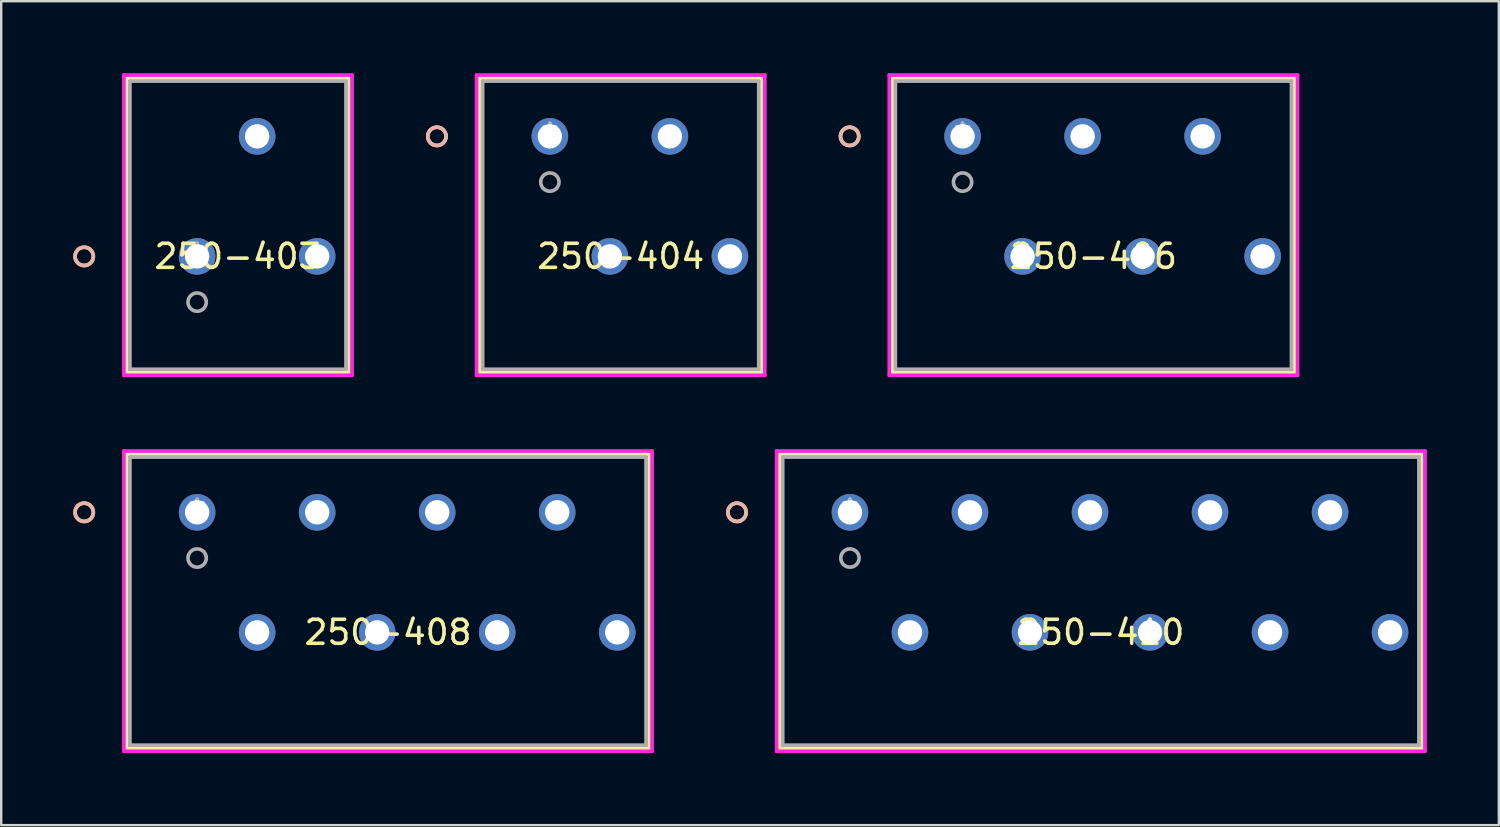
<source format=kicad_pcb>
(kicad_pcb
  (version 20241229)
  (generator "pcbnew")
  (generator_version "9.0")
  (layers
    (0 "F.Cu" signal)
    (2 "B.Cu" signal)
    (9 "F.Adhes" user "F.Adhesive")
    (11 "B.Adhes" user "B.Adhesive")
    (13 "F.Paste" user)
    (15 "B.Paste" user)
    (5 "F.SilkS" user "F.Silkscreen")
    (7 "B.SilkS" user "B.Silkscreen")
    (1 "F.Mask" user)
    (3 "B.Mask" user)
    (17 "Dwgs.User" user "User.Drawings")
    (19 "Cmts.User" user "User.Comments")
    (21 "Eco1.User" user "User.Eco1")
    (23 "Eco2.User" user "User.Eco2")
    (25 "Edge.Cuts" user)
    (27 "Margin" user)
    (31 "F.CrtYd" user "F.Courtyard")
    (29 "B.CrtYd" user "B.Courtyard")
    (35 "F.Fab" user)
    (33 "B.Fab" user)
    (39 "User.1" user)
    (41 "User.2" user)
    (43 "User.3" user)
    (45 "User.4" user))
  (footprint "250-406"
    (layer "F.Cu")
    (at 37.047 2.63)
    (property "Reference" "250-406" (at 5.45 5 0) (layer "F.SilkS") (effects (font (size 1 1) (thickness 0.15))))
    (attr through_hole)
    (fp_line (start -2.927 -2.427) (end -2.927 9.827) (stroke (width 0.152) (type solid)) (layer "F.SilkS"))
    (fp_line (start -2.927 9.827) (end 13.827 9.827) (stroke (width 0.152) (type solid)) (layer "F.SilkS"))
    (fp_line (start 13.827 -2.427) (end -2.927 -2.427) (stroke (width 0.152) (type solid)) (layer "F.SilkS"))
    (fp_line (start 13.827 9.827) (end 13.827 -2.427) (stroke (width 0.152) (type solid)) (layer "F.SilkS"))
    (fp_circle (center -4.705 0) (end -4.324 0) (stroke (width 0.152) (type solid)) (fill no) (layer "F.SilkS"))
    (fp_circle (center -4.705 0) (end -4.324 0) (stroke (width 0.152) (type solid)) (fill no) (layer "B.SilkS"))
    (fp_line (start -3.054 -2.554) (end -3.054 9.954) (stroke (width 0.152) (type solid)) (layer "F.CrtYd"))
    (fp_line (start -3.054 9.954) (end 13.954 9.954) (stroke (width 0.152) (type solid)) (layer "F.CrtYd"))
    (fp_line (start 13.954 -2.554) (end -3.054 -2.554) (stroke (width 0.152) (type solid)) (layer "F.CrtYd"))
    (fp_line (start 13.954 9.954) (end 13.954 -2.554) (stroke (width 0.152) (type solid)) (layer "F.CrtYd"))
    (fp_line (start -2.8 -2.3) (end -2.8 9.7) (stroke (width 0.152) (type solid)) (layer "F.Fab"))
    (fp_line (start -2.8 9.7) (end 13.7 9.7) (stroke (width 0.152) (type solid)) (layer "F.Fab"))
    (fp_line (start 13.7 -2.3) (end -2.8 -2.3) (stroke (width 0.152) (type solid)) (layer "F.Fab"))
    (fp_line (start 13.7 9.7) (end 13.7 -2.3) (stroke (width 0.152) (type solid)) (layer "F.Fab"))
    (fp_circle (center 0 1.905) (end 0.381 1.905) (stroke (width 0.152) (type solid)) (fill no) (layer "F.Fab"))
    (fp_text user "*" (at 0 0 0) (layer "F.SilkS") (effects (font (size 1 1) (thickness 0.15))))
    (fp_text user "Copyright 2016 Accelerated Designs. All rights reserved." (at 0 0 0) (layer "Cmts.User") (effects (font (size 0.127 0.127) (thickness 0.002))))
    (fp_text user "*" (at 0 0 0) (layer "F.Fab") (effects (font (size 1 1) (thickness 0.15))))
    (pad "1" thru_hole circle (at 0 0) (size 1.524 1.524) (drill 1.016) (layers "*.Cu" "*.Mask"))
    (pad "2" thru_hole circle (at 2.5 5) (size 1.524 1.524) (drill 1.016) (layers "*.Cu" "*.Mask"))
    (pad "3" thru_hole circle (at 5 0) (size 1.524 1.524) (drill 1.016) (layers "*.Cu" "*.Mask"))
    (pad "4" thru_hole circle (at 7.5 5) (size 1.524 1.524) (drill 1.016) (layers "*.Cu" "*.Mask"))
    (pad "5" thru_hole circle (at 10 0) (size 1.524 1.524) (drill 1.016) (layers "*.Cu" "*.Mask"))
    (pad "6" thru_hole circle (at 12.5 5) (size 1.524 1.524) (drill 1.016) (layers "*.Cu" "*.Mask")))
  (footprint "250-408"
    (layer "F.Cu")
    (at 5.162 18.291)
    (property "Reference" "250-408" (at 7.95 5 0) (layer "F.SilkS") (effects (font (size 1 1) (thickness 0.15))))
    (attr through_hole)
    (fp_line (start -2.927 -2.427) (end -2.927 9.827) (stroke (width 0.152) (type solid)) (layer "F.SilkS"))
    (fp_line (start -2.927 9.827) (end 18.827 9.827) (stroke (width 0.152) (type solid)) (layer "F.SilkS"))
    (fp_line (start 18.827 -2.427) (end -2.927 -2.427) (stroke (width 0.152) (type solid)) (layer "F.SilkS"))
    (fp_line (start 18.827 9.827) (end 18.827 -2.427) (stroke (width 0.152) (type solid)) (layer "F.SilkS"))
    (fp_circle (center -4.705 0) (end -4.324 0) (stroke (width 0.152) (type solid)) (fill no) (layer "F.SilkS"))
    (fp_circle (center -4.705 0) (end -4.324 0) (stroke (width 0.152) (type solid)) (fill no) (layer "B.SilkS"))
    (fp_line (start -3.054 -2.554) (end -3.054 9.954) (stroke (width 0.152) (type solid)) (layer "F.CrtYd"))
    (fp_line (start -3.054 9.954) (end 18.954 9.954) (stroke (width 0.152) (type solid)) (layer "F.CrtYd"))
    (fp_line (start 18.954 -2.554) (end -3.054 -2.554) (stroke (width 0.152) (type solid)) (layer "F.CrtYd"))
    (fp_line (start 18.954 9.954) (end 18.954 -2.554) (stroke (width 0.152) (type solid)) (layer "F.CrtYd"))
    (fp_line (start -2.8 -2.3) (end -2.8 9.7) (stroke (width 0.152) (type solid)) (layer "F.Fab"))
    (fp_line (start -2.8 9.7) (end 18.7 9.7) (stroke (width 0.152) (type solid)) (layer "F.Fab"))
    (fp_line (start 18.7 -2.3) (end -2.8 -2.3) (stroke (width 0.152) (type solid)) (layer "F.Fab"))
    (fp_line (start 18.7 9.7) (end 18.7 -2.3) (stroke (width 0.152) (type solid)) (layer "F.Fab"))
    (fp_circle (center 0 1.905) (end 0.381 1.905) (stroke (width 0.152) (type solid)) (fill no) (layer "F.Fab"))
    (fp_text user "*" (at 0 0 0) (layer "F.SilkS") (effects (font (size 1 1) (thickness 0.15))))
    (fp_text user "Copyright 2016 Accelerated Designs. All rights reserved." (at 0 0 0) (layer "Cmts.User") (effects (font (size 0.127 0.127) (thickness 0.002))))
    (fp_text user "*" (at 0 0 0) (layer "F.Fab") (effects (font (size 1 1) (thickness 0.15))))
    (pad "1" thru_hole circle (at 0 0) (size 1.524 1.524) (drill 1.016) (layers "*.Cu" "*.Mask"))
    (pad "2" thru_hole circle (at 2.5 5) (size 1.524 1.524) (drill 1.016) (layers "*.Cu" "*.Mask"))
    (pad "3" thru_hole circle (at 5 0) (size 1.524 1.524) (drill 1.016) (layers "*.Cu" "*.Mask"))
    (pad "4" thru_hole circle (at 7.5 5) (size 1.524 1.524) (drill 1.016) (layers "*.Cu" "*.Mask"))
    (pad "5" thru_hole circle (at 10 0) (size 1.524 1.524) (drill 1.016) (layers "*.Cu" "*.Mask"))
    (pad "6" thru_hole circle (at 12.5 5) (size 1.524 1.524) (drill 1.016) (layers "*.Cu" "*.Mask"))
    (pad "7" thru_hole circle (at 15 0) (size 1.524 1.524) (drill 1.016) (layers "*.Cu" "*.Mask"))
    (pad "8" thru_hole circle (at 17.5 5) (size 1.524 1.524) (drill 1.016) (layers "*.Cu" "*.Mask")))
  (footprint "250-410"
    (layer "F.Cu")
    (at 32.355 18.291)
    (property "Reference" "250-410" (at 10.45 5 0) (layer "F.SilkS") (effects (font (size 1 1) (thickness 0.15))))
    (attr through_hole)
    (fp_line (start -2.927 -2.427) (end -2.927 9.827) (stroke (width 0.152) (type solid)) (layer "F.SilkS"))
    (fp_line (start -2.927 9.827) (end 23.827 9.827) (stroke (width 0.152) (type solid)) (layer "F.SilkS"))
    (fp_line (start 23.827 -2.427) (end -2.927 -2.427) (stroke (width 0.152) (type solid)) (layer "F.SilkS"))
    (fp_line (start 23.827 9.827) (end 23.827 -2.427) (stroke (width 0.152) (type solid)) (layer "F.SilkS"))
    (fp_circle (center -4.705 0) (end -4.324 0) (stroke (width 0.152) (type solid)) (fill no) (layer "F.SilkS"))
    (fp_circle (center -4.705 0) (end -4.324 0) (stroke (width 0.152) (type solid)) (fill no) (layer "B.SilkS"))
    (fp_line (start -3.054 -2.554) (end -3.054 9.954) (stroke (width 0.152) (type solid)) (layer "F.CrtYd"))
    (fp_line (start -3.054 9.954) (end 23.954 9.954) (stroke (width 0.152) (type solid)) (layer "F.CrtYd"))
    (fp_line (start 23.954 -2.554) (end -3.054 -2.554) (stroke (width 0.152) (type solid)) (layer "F.CrtYd"))
    (fp_line (start 23.954 9.954) (end 23.954 -2.554) (stroke (width 0.152) (type solid)) (layer "F.CrtYd"))
    (fp_line (start -2.8 -2.3) (end -2.8 9.7) (stroke (width 0.152) (type solid)) (layer "F.Fab"))
    (fp_line (start -2.8 9.7) (end 23.7 9.7) (stroke (width 0.152) (type solid)) (layer "F.Fab"))
    (fp_line (start 23.7 -2.3) (end -2.8 -2.3) (stroke (width 0.152) (type solid)) (layer "F.Fab"))
    (fp_line (start 23.7 9.7) (end 23.7 -2.3) (stroke (width 0.152) (type solid)) (layer "F.Fab"))
    (fp_circle (center 0 1.905) (end 0.381 1.905) (stroke (width 0.152) (type solid)) (fill no) (layer "F.Fab"))
    (fp_text user "*" (at 0 0 0) (layer "F.SilkS") (effects (font (size 1 1) (thickness 0.15))))
    (fp_text user "Copyright 2016 Accelerated Designs. All rights reserved." (at 0 0 0) (layer "Cmts.User") (effects (font (size 0.127 0.127) (thickness 0.002))))
    (fp_text user "*" (at 0 0 0) (layer "F.Fab") (effects (font (size 1 1) (thickness 0.15))))
    (pad "1" thru_hole circle (at 0 0) (size 1.524 1.524) (drill 1.016) (layers "*.Cu" "*.Mask"))
    (pad "2" thru_hole circle (at 2.5 5) (size 1.524 1.524) (drill 1.016) (layers "*.Cu" "*.Mask"))
    (pad "3" thru_hole circle (at 5 0) (size 1.524 1.524) (drill 1.016) (layers "*.Cu" "*.Mask"))
    (pad "4" thru_hole circle (at 7.5 5) (size 1.524 1.524) (drill 1.016) (layers "*.Cu" "*.Mask"))
    (pad "5" thru_hole circle (at 10 0) (size 1.524 1.524) (drill 1.016) (layers "*.Cu" "*.Mask"))
    (pad "6" thru_hole circle (at 12.5 5) (size 1.524 1.524) (drill 1.016) (layers "*.Cu" "*.Mask"))
    (pad "7" thru_hole circle (at 15 0) (size 1.524 1.524) (drill 1.016) (layers "*.Cu" "*.Mask"))
    (pad "8" thru_hole circle (at 17.5 5) (size 1.524 1.524) (drill 1.016) (layers "*.Cu" "*.Mask"))
    (pad "9" thru_hole circle (at 20 0) (size 1.524 1.524) (drill 1.016) (layers "*.Cu" "*.Mask"))
    (pad "10" thru_hole circle (at 22.5 5) (size 1.524 1.524) (drill 1.016) (layers "*.Cu" "*.Mask")))
  (footprint "250-404"
    (layer "F.Cu")
    (at 19.855 2.63)
    (property "Reference" "250-404" (at 2.95 5 0) (layer "F.SilkS") (effects (font (size 1 1) (thickness 0.15))))
    (attr through_hole)
    (fp_line (start -2.927 -2.427) (end -2.927 9.827) (stroke (width 0.152) (type solid)) (layer "F.SilkS"))
    (fp_line (start -2.927 9.827) (end 8.827 9.827) (stroke (width 0.152) (type solid)) (layer "F.SilkS"))
    (fp_line (start 8.827 -2.427) (end -2.927 -2.427) (stroke (width 0.152) (type solid)) (layer "F.SilkS"))
    (fp_line (start 8.827 9.827) (end 8.827 -2.427) (stroke (width 0.152) (type solid)) (layer "F.SilkS"))
    (fp_circle (center -4.705 0) (end -4.324 0) (stroke (width 0.152) (type solid)) (fill no) (layer "F.SilkS"))
    (fp_circle (center -4.705 0) (end -4.324 0) (stroke (width 0.152) (type solid)) (fill no) (layer "B.SilkS"))
    (fp_line (start -3.054 -2.554) (end -3.054 9.954) (stroke (width 0.152) (type solid)) (layer "F.CrtYd"))
    (fp_line (start -3.054 9.954) (end 8.954 9.954) (stroke (width 0.152) (type solid)) (layer "F.CrtYd"))
    (fp_line (start 8.954 -2.554) (end -3.054 -2.554) (stroke (width 0.152) (type solid)) (layer "F.CrtYd"))
    (fp_line (start 8.954 9.954) (end 8.954 -2.554) (stroke (width 0.152) (type solid)) (layer "F.CrtYd"))
    (fp_line (start -2.8 -2.3) (end -2.8 9.7) (stroke (width 0.152) (type solid)) (layer "F.Fab"))
    (fp_line (start -2.8 9.7) (end 8.7 9.7) (stroke (width 0.152) (type solid)) (layer "F.Fab"))
    (fp_line (start 8.7 -2.3) (end -2.8 -2.3) (stroke (width 0.152) (type solid)) (layer "F.Fab"))
    (fp_line (start 8.7 9.7) (end 8.7 -2.3) (stroke (width 0.152) (type solid)) (layer "F.Fab"))
    (fp_circle (center 0 1.905) (end 0.381 1.905) (stroke (width 0.152) (type solid)) (fill no) (layer "F.Fab"))
    (fp_text user "*" (at 0 0 0) (layer "F.SilkS") (effects (font (size 1 1) (thickness 0.15))))
    (fp_text user "Copyright 2016 Accelerated Designs. All rights reserved." (at 0 0 0) (layer "Cmts.User") (effects (font (size 0.127 0.127) (thickness 0.002))))
    (fp_text user "*" (at 0 0 0) (layer "F.Fab") (effects (font (size 1 1) (thickness 0.15))))
    (pad "1" thru_hole circle (at 0 0) (size 1.524 1.524) (drill 1.016) (layers "*.Cu" "*.Mask"))
    (pad "2" thru_hole circle (at 2.5 5) (size 1.524 1.524) (drill 1.016) (layers "*.Cu" "*.Mask"))
    (pad "3" thru_hole circle (at 5 0) (size 1.524 1.524) (drill 1.016) (layers "*.Cu" "*.Mask"))
    (pad "4" thru_hole circle (at 7.5 5) (size 1.524 1.524) (drill 1.016) (layers "*.Cu" "*.Mask")))
  (footprint "250-403"
    (layer "F.Cu")
    (at 5.162 7.63)
    (property "Reference" "250-403" (at 1.7 0 0) (layer "F.SilkS") (effects (font (size 1 1) (thickness 0.15))))
    (attr through_hole)
    (fp_line (start -2.927 -7.427) (end -2.927 4.827) (stroke (width 0.152) (type solid)) (layer "F.SilkS"))
    (fp_line (start -2.927 4.827) (end 6.327 4.827) (stroke (width 0.152) (type solid)) (layer "F.SilkS"))
    (fp_line (start 6.327 -7.427) (end -2.927 -7.427) (stroke (width 0.152) (type solid)) (layer "F.SilkS"))
    (fp_line (start 6.327 4.827) (end 6.327 -7.427) (stroke (width 0.152) (type solid)) (layer "F.SilkS"))
    (fp_circle (center -4.705 0) (end -4.324 0) (stroke (width 0.152) (type solid)) (fill no) (layer "F.SilkS"))
    (fp_circle (center -4.705 0) (end -4.324 0) (stroke (width 0.152) (type solid)) (fill no) (layer "B.SilkS"))
    (fp_line (start -3.054 -7.554) (end -3.054 4.954) (stroke (width 0.152) (type solid)) (layer "F.CrtYd"))
    (fp_line (start -3.054 4.954) (end 6.454 4.954) (stroke (width 0.152) (type solid)) (layer "F.CrtYd"))
    (fp_line (start 6.454 -7.554) (end -3.054 -7.554) (stroke (width 0.152) (type solid)) (layer "F.CrtYd"))
    (fp_line (start 6.454 4.954) (end 6.454 -7.554) (stroke (width 0.152) (type solid)) (layer "F.CrtYd"))
    (fp_line (start -2.8 -7.3) (end -2.8 4.7) (stroke (width 0.152) (type solid)) (layer "F.Fab"))
    (fp_line (start -2.8 4.7) (end 6.2 4.7) (stroke (width 0.152) (type solid)) (layer "F.Fab"))
    (fp_line (start 6.2 -7.3) (end -2.8 -7.3) (stroke (width 0.152) (type solid)) (layer "F.Fab"))
    (fp_line (start 6.2 4.7) (end 6.2 -7.3) (stroke (width 0.152) (type solid)) (layer "F.Fab"))
    (fp_circle (center 0 1.905) (end 0.381 1.905) (stroke (width 0.152) (type solid)) (fill no) (layer "F.Fab"))
    (fp_text user "*" (at 0 0 0) (layer "F.SilkS") (effects (font (size 1 1) (thickness 0.15))))
    (fp_text user "Copyright 2016 Accelerated Designs. All rights reserved." (at 0 0 0) (layer "Cmts.User") (effects (font (size 0.127 0.127) (thickness 0.002))))
    (fp_text user "*" (at 0 0 0) (layer "F.Fab") (effects (font (size 1 1) (thickness 0.15))))
    (pad "1" thru_hole circle (at 0 0) (size 1.524 1.524) (drill 1.016) (layers "*.Cu" "*.Mask"))
    (pad "2" thru_hole circle (at 2.5 -5) (size 1.524 1.524) (drill 1.016) (layers "*.Cu" "*.Mask"))
    (pad "3" thru_hole circle (at 5 0) (size 1.524 1.524) (drill 1.016) (layers "*.Cu" "*.Mask")))
  (gr_rect
    (start -3 -3)
    (end 59.385 31.321)
    (stroke (width 0.1) (type default))
    (fill no)
    (layer "Edge.Cuts")))
</source>
